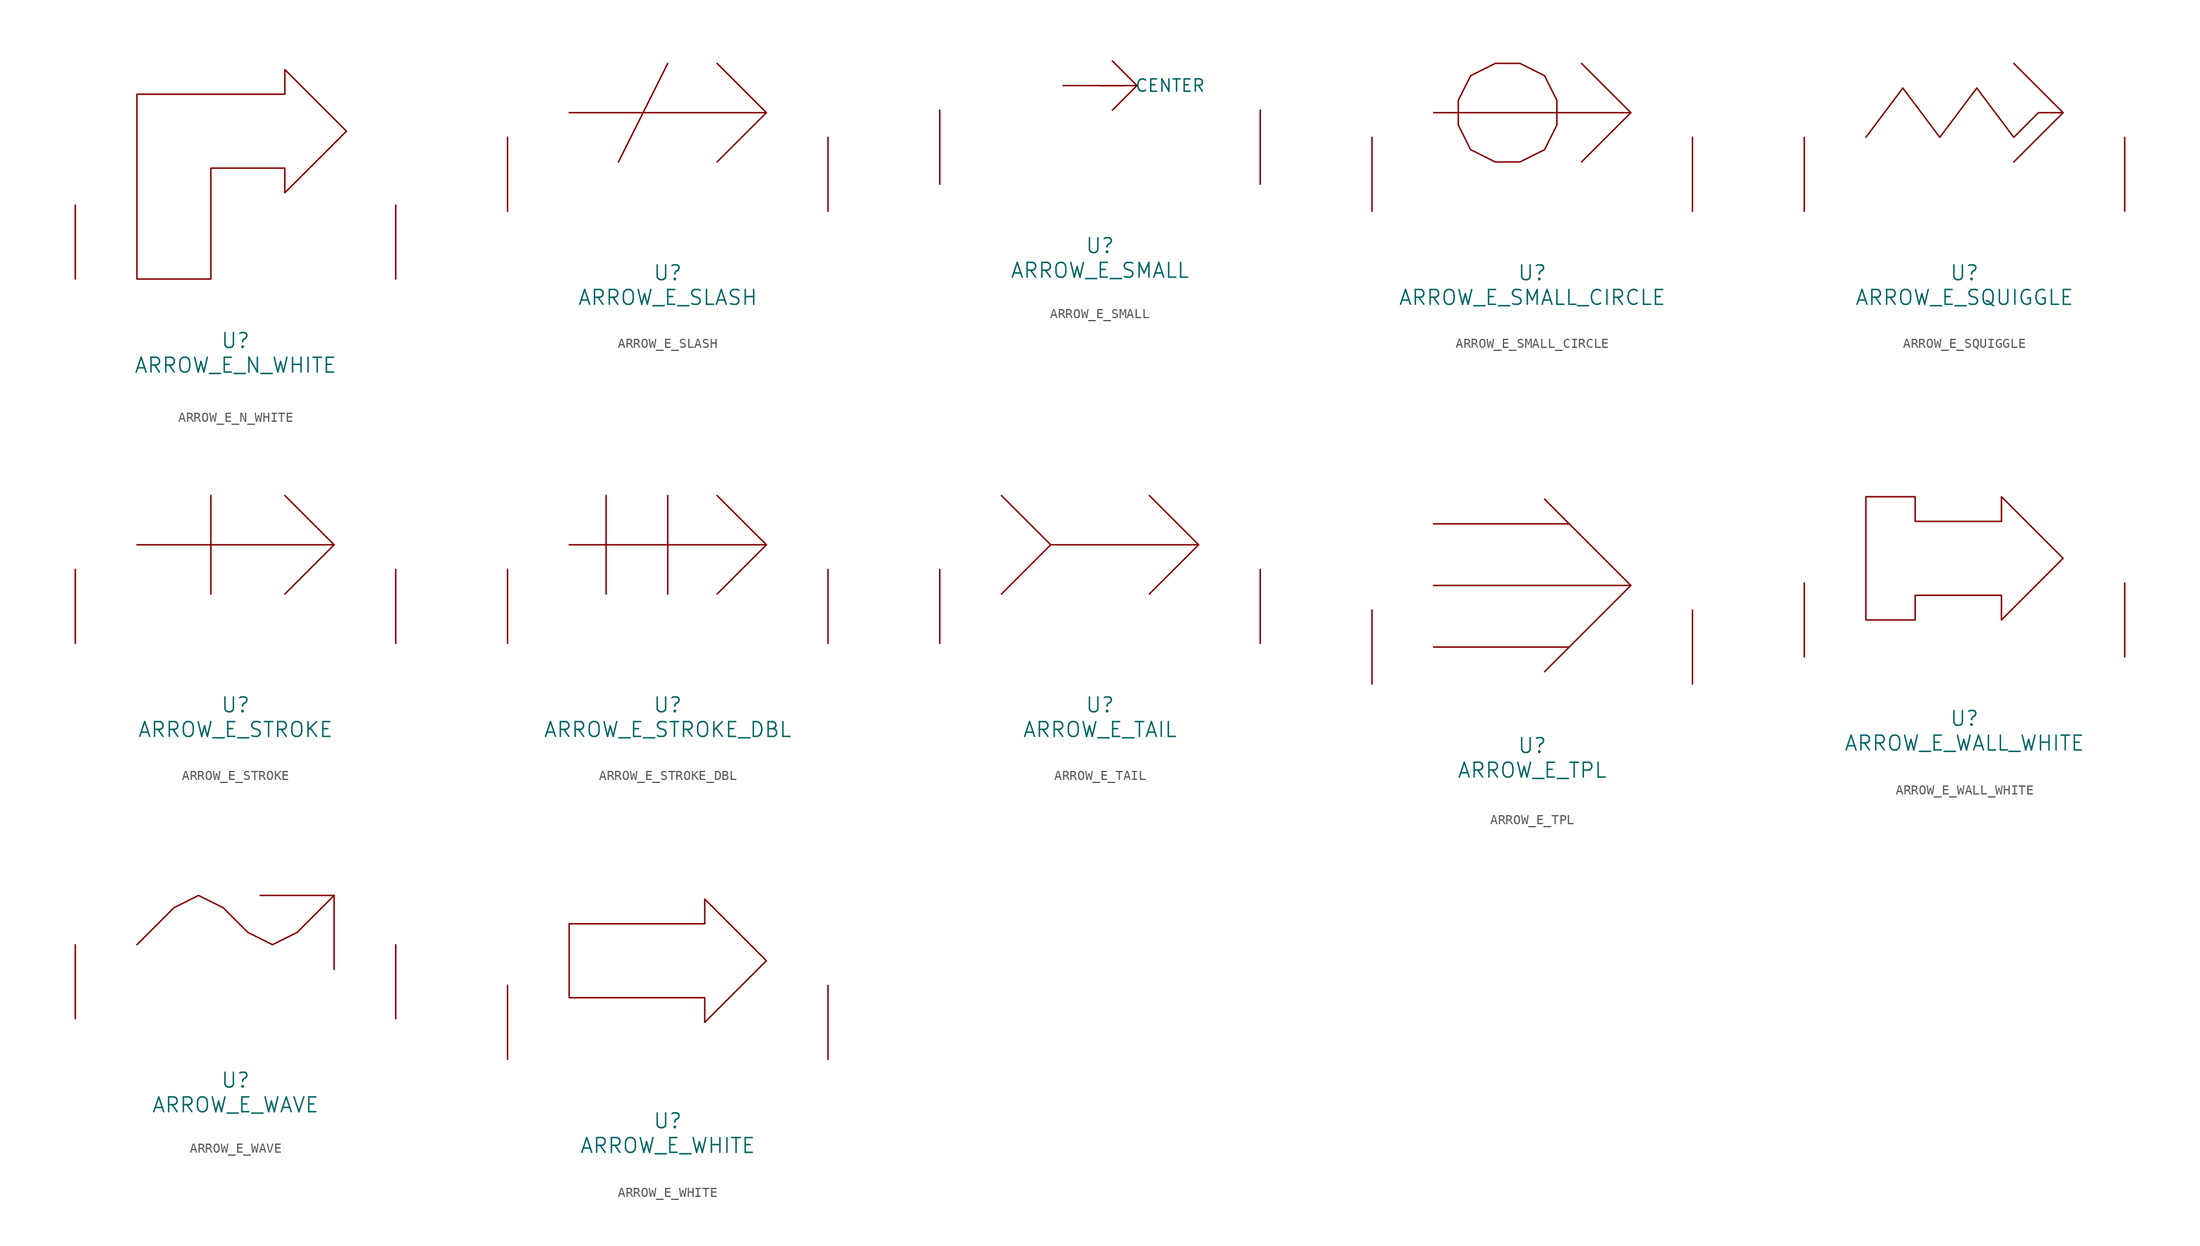
<source format=kicad_sym>
(kicad_symbol_lib
  (version 20220914)
  (generator font_lib2sym)
  (symbol "ARROW_E_N_WHITE"
    (pin_names
      (offset 1.016))
    (property "Reference" "U"
      (at 0 -6.35 0)
      (effects (font (size 1.524 1.524))))
    (property "Value" "ARROW_E_N_WHITE"
      (at 0 -8.89 0)
      (effects (font (size 1.524 1.524))))
    (symbol "ARROW_E_N_WHITE_0_1"
      (polyline (pts (xy 11.43 15.24) (xy 5.08 21.59) (xy 5.08 19.05) (xy -10.16 19.05) (xy -10.16 0) (xy -2.54 0) (xy -2.54 11.43) (xy 5.08 11.43) (xy 5.08 8.89) (xy 11.43 15.24)) (stroke (width 0) (type solid)) (fill (type none)))
      (pin input line (at -16.51 0 90) (length 7.62) (name "~" (effects (font (size 1.27 1.27)))) (number "~" (effects (font (size 1.27 1.27)))))
      (pin input line (at 16.51 0 90) (length 7.62) (name "~" (effects (font (size 1.27 1.27)))) (number "~" (effects (font (size 1.27 1.27)))))))
  (symbol "ARROW_E_SLASH"
    (pin_names
      (offset 1.016))
    (property "Reference" "U"
      (at 0 -6.35 0)
      (effects (font (size 1.524 1.524))))
    (property "Value" "ARROW_E_SLASH"
      (at 0 -8.89 0)
      (effects (font (size 1.524 1.524))))
    (symbol "ARROW_E_SLASH_0_1"
      (polyline (pts (xy -10.16 10.16) (xy 10.16 10.16)) (stroke (width 0) (type solid)) (fill (type none)))
      (polyline (pts (xy 0 15.24) (xy -5.08 5.08)) (stroke (width 0) (type solid)) (fill (type none)))
      (polyline (pts (xy 5.08 5.08) (xy 10.16 10.16) (xy 5.08 15.24)) (stroke (width 0) (type solid)) (fill (type none)))
      (pin input line (at -16.51 0 90) (length 7.62) (name "~" (effects (font (size 1.27 1.27)))) (number "~" (effects (font (size 1.27 1.27)))))
      (pin input line (at 16.51 0 90) (length 7.62) (name "~" (effects (font (size 1.27 1.27)))) (number "~" (effects (font (size 1.27 1.27)))))))
  (symbol "ARROW_E_SMALL"
    (pin_names
      (offset 1.016))
    (property "Reference" "U"
      (at 0 -6.35 0)
      (effects (font (size 1.524 1.524))))
    (property "Value" "ARROW_E_SMALL"
      (at 0 -8.89 0)
      (effects (font (size 1.524 1.524))))
    (symbol "ARROW_E_SMALL_0_1"
      (polyline (pts (xy -3.81 10.16) (xy 3.81 10.16)) (stroke (width 0) (type solid)) (fill (type none)))
      (polyline (pts (xy 1.27 7.62) (xy 3.81 10.16) (xy 1.27 12.7)) (stroke (width 0) (type solid)) (fill (type none)))
      (pin input line (at 0 10.16 0) (length 2.54) (name "CENTER" (effects (font (size 1.27 1.27)))) (number "~" (effects (font (size 1.27 1.27)))))
      (pin input line (at -16.51 0 90) (length 7.62) (name "~" (effects (font (size 1.27 1.27)))) (number "~" (effects (font (size 1.27 1.27)))))
      (pin input line (at 16.51 0 90) (length 7.62) (name "~" (effects (font (size 1.27 1.27)))) (number "~" (effects (font (size 1.27 1.27)))))))
  (symbol "ARROW_E_SMALL_CIRCLE"
    (pin_names
      (offset 1.016))
    (property "Reference" "U"
      (at 0 -6.35 0)
      (effects (font (size 1.524 1.524))))
    (property "Value" "ARROW_E_SMALL_CIRCLE"
      (at 0 -8.89 0)
      (effects (font (size 1.524 1.524))))
    (symbol "ARROW_E_SMALL_CIRCLE_0_1"
      (polyline (pts (xy -10.16 10.16) (xy 10.16 10.16)) (stroke (width 0) (type solid)) (fill (type none)))
      (polyline (pts (xy 5.08 5.08) (xy 10.16 10.16) (xy 5.08 15.24)) (stroke (width 0) (type solid)) (fill (type none)))
      (polyline (pts (xy 2.54 11.43) (xy 2.54 8.89) (xy 1.27 6.35) (xy -1.27 5.08) (xy -3.81 5.08) (xy -6.35 6.35) (xy -7.62 8.89) (xy -7.62 11.43) (xy -6.35 13.97) (xy -3.81 15.24) (xy -1.27 15.24) (xy 1.27 13.97) (xy 2.54 11.43)) (stroke (width 0) (type solid)) (fill (type none)))
      (pin input line (at -16.51 0 90) (length 7.62) (name "~" (effects (font (size 1.27 1.27)))) (number "~" (effects (font (size 1.27 1.27)))))
      (pin input line (at 16.51 0 90) (length 7.62) (name "~" (effects (font (size 1.27 1.27)))) (number "~" (effects (font (size 1.27 1.27)))))))
  (symbol "ARROW_E_SQUIGGLE"
    (pin_names
      (offset 1.016))
    (property "Reference" "U"
      (at 0 -6.35 0)
      (effects (font (size 1.524 1.524))))
    (property "Value" "ARROW_E_SQUIGGLE"
      (at 0 -8.89 0)
      (effects (font (size 1.524 1.524))))
    (symbol "ARROW_E_SQUIGGLE_0_1"
      (polyline (pts (xy 5.08 5.08) (xy 10.16 10.16) (xy 5.08 15.24)) (stroke (width 0) (type solid)) (fill (type none)))
      (polyline (pts (xy -10.16 7.62) (xy -6.35 12.7) (xy -2.54 7.62) (xy 1.27 12.7) (xy 5.08 7.62) (xy 7.62 10.16) (xy 10.16 10.16)) (stroke (width 0) (type solid)) (fill (type none)))
      (pin input line (at -16.51 0 90) (length 7.62) (name "~" (effects (font (size 1.27 1.27)))) (number "~" (effects (font (size 1.27 1.27)))))
      (pin input line (at 16.51 0 90) (length 7.62) (name "~" (effects (font (size 1.27 1.27)))) (number "~" (effects (font (size 1.27 1.27)))))))
  (symbol "ARROW_E_STROKE"
    (pin_names
      (offset 1.016))
    (property "Reference" "U"
      (at 0 -6.35 0)
      (effects (font (size 1.524 1.524))))
    (property "Value" "ARROW_E_STROKE"
      (at 0 -8.89 0)
      (effects (font (size 1.524 1.524))))
    (symbol "ARROW_E_STROKE_0_1"
      (polyline (pts (xy -10.16 10.16) (xy 10.16 10.16)) (stroke (width 0) (type solid)) (fill (type none)))
      (polyline (pts (xy -2.54 15.24) (xy -2.54 5.08)) (stroke (width 0) (type solid)) (fill (type none)))
      (polyline (pts (xy 5.08 5.08) (xy 10.16 10.16) (xy 5.08 15.24)) (stroke (width 0) (type solid)) (fill (type none)))
      (pin input line (at -16.51 0 90) (length 7.62) (name "~" (effects (font (size 1.27 1.27)))) (number "~" (effects (font (size 1.27 1.27)))))
      (pin input line (at 16.51 0 90) (length 7.62) (name "~" (effects (font (size 1.27 1.27)))) (number "~" (effects (font (size 1.27 1.27)))))))
  (symbol "ARROW_E_STROKE_DBL"
    (pin_names
      (offset 1.016))
    (property "Reference" "U"
      (at 0 -6.35 0)
      (effects (font (size 1.524 1.524))))
    (property "Value" "ARROW_E_STROKE_DBL"
      (at 0 -8.89 0)
      (effects (font (size 1.524 1.524))))
    (symbol "ARROW_E_STROKE_DBL_0_1"
      (polyline (pts (xy -10.16 10.16) (xy 10.16 10.16)) (stroke (width 0) (type solid)) (fill (type none)))
      (polyline (pts (xy -6.35 15.24) (xy -6.35 5.08)) (stroke (width 0) (type solid)) (fill (type none)))
      (polyline (pts (xy 0 15.24) (xy 0 5.08)) (stroke (width 0) (type solid)) (fill (type none)))
      (polyline (pts (xy 5.08 5.08) (xy 10.16 10.16) (xy 5.08 15.24)) (stroke (width 0) (type solid)) (fill (type none)))
      (pin input line (at -16.51 0 90) (length 7.62) (name "~" (effects (font (size 1.27 1.27)))) (number "~" (effects (font (size 1.27 1.27)))))
      (pin input line (at 16.51 0 90) (length 7.62) (name "~" (effects (font (size 1.27 1.27)))) (number "~" (effects (font (size 1.27 1.27)))))))
  (symbol "ARROW_E_TAIL"
    (pin_names
      (offset 1.016))
    (property "Reference" "U"
      (at 0 -6.35 0)
      (effects (font (size 1.524 1.524))))
    (property "Value" "ARROW_E_TAIL"
      (at 0 -8.89 0)
      (effects (font (size 1.524 1.524))))
    (symbol "ARROW_E_TAIL_0_1"
      (polyline (pts (xy 10.16 10.16) (xy -5.08 10.16)) (stroke (width 0) (type solid)) (fill (type none)))
      (polyline (pts (xy -10.16 15.24) (xy -5.08 10.16) (xy -10.16 5.08)) (stroke (width 0) (type solid)) (fill (type none)))
      (polyline (pts (xy 5.08 5.08) (xy 10.16 10.16) (xy 5.08 15.24)) (stroke (width 0) (type solid)) (fill (type none)))
      (pin input line (at -16.51 0 90) (length 7.62) (name "~" (effects (font (size 1.27 1.27)))) (number "~" (effects (font (size 1.27 1.27)))))
      (pin input line (at 16.51 0 90) (length 7.62) (name "~" (effects (font (size 1.27 1.27)))) (number "~" (effects (font (size 1.27 1.27)))))))
  (symbol "ARROW_E_TPL"
    (pin_names
      (offset 1.016))
    (property "Reference" "U"
      (at 0 -6.35 0)
      (effects (font (size 1.524 1.524))))
    (property "Value" "ARROW_E_TPL"
      (at 0 -8.89 0)
      (effects (font (size 1.524 1.524))))
    (symbol "ARROW_E_TPL_0_1"
      (polyline (pts (xy -10.16 3.81) (xy 3.81 3.81)) (stroke (width 0) (type solid)) (fill (type none)))
      (polyline (pts (xy -10.16 10.16) (xy 10.16 10.16)) (stroke (width 0) (type solid)) (fill (type none)))
      (polyline (pts (xy -10.16 16.51) (xy 3.81 16.51)) (stroke (width 0) (type solid)) (fill (type none)))
      (polyline (pts (xy 1.27 19.05) (xy 10.16 10.16) (xy 1.27 1.27)) (stroke (width 0) (type solid)) (fill (type none)))
      (pin input line (at -16.51 0 90) (length 7.62) (name "~" (effects (font (size 1.27 1.27)))) (number "~" (effects (font (size 1.27 1.27)))))
      (pin input line (at 16.51 0 90) (length 7.62) (name "~" (effects (font (size 1.27 1.27)))) (number "~" (effects (font (size 1.27 1.27)))))))
  (symbol "ARROW_E_WALL_WHITE"
    (pin_names
      (offset 1.016))
    (property "Reference" "U"
      (at 0 -6.35 0)
      (effects (font (size 1.524 1.524))))
    (property "Value" "ARROW_E_WALL_WHITE"
      (at 0 -8.89 0)
      (effects (font (size 1.524 1.524))))
    (symbol "ARROW_E_WALL_WHITE_0_1"
      (polyline (pts (xy -10.16 16.51) (xy -5.08 16.51) (xy -5.08 13.97) (xy 3.81 13.97) (xy 3.81 16.51) (xy 10.16 10.16) (xy 3.81 3.81) (xy 3.81 6.35) (xy -5.08 6.35) (xy -5.08 3.81) (xy -10.16 3.81) (xy -10.16 16.51)) (stroke (width 0) (type solid)) (fill (type none)))
      (pin input line (at -16.51 0 90) (length 7.62) (name "~" (effects (font (size 1.27 1.27)))) (number "~" (effects (font (size 1.27 1.27)))))
      (pin input line (at 16.51 0 90) (length 7.62) (name "~" (effects (font (size 1.27 1.27)))) (number "~" (effects (font (size 1.27 1.27)))))))
  (symbol "ARROW_E_WAVE"
    (pin_names
      (offset 1.016))
    (property "Reference" "U"
      (at 0 -6.35 0)
      (effects (font (size 1.524 1.524))))
    (property "Value" "ARROW_E_WAVE"
      (at 0 -8.89 0)
      (effects (font (size 1.524 1.524))))
    (symbol "ARROW_E_WAVE_0_1"
      (polyline (pts (xy 10.16 5.08) (xy 10.16 12.7) (xy 2.54 12.7)) (stroke (width 0) (type solid)) (fill (type none)))
      (polyline (pts (xy 10.16 12.7) (xy 6.35 8.89) (xy 3.81 7.62) (xy 1.27 8.89) (xy -1.27 11.43) (xy -3.81 12.7) (xy -6.35 11.43) (xy -10.16 7.62)) (stroke (width 0) (type solid)) (fill (type none)))
      (pin input line (at -16.51 0 90) (length 7.62) (name "~" (effects (font (size 1.27 1.27)))) (number "~" (effects (font (size 1.27 1.27)))))
      (pin input line (at 16.51 0 90) (length 7.62) (name "~" (effects (font (size 1.27 1.27)))) (number "~" (effects (font (size 1.27 1.27)))))))
  (symbol "ARROW_E_WHITE"
    (pin_names
      (offset 1.016))
    (property "Reference" "U"
      (at 0 -6.35 0)
      (effects (font (size 1.524 1.524))))
    (property "Value" "ARROW_E_WHITE"
      (at 0 -8.89 0)
      (effects (font (size 1.524 1.524))))
    (symbol "ARROW_E_WHITE_0_1"
      (polyline (pts (xy -10.16 6.35) (xy -10.16 13.97) (xy 3.81 13.97) (xy 3.81 16.51) (xy 10.16 10.16) (xy 3.81 3.81) (xy 3.81 6.35) (xy -10.16 6.35)) (stroke (width 0) (type solid)) (fill (type none)))
      (pin input line (at -16.51 0 90) (length 7.62) (name "~" (effects (font (size 1.27 1.27)))) (number "~" (effects (font (size 1.27 1.27)))))
      (pin input line (at 16.51 0 90) (length 7.62) (name "~" (effects (font (size 1.27 1.27)))) (number "~" (effects (font (size 1.27 1.27))))))))
</source>
